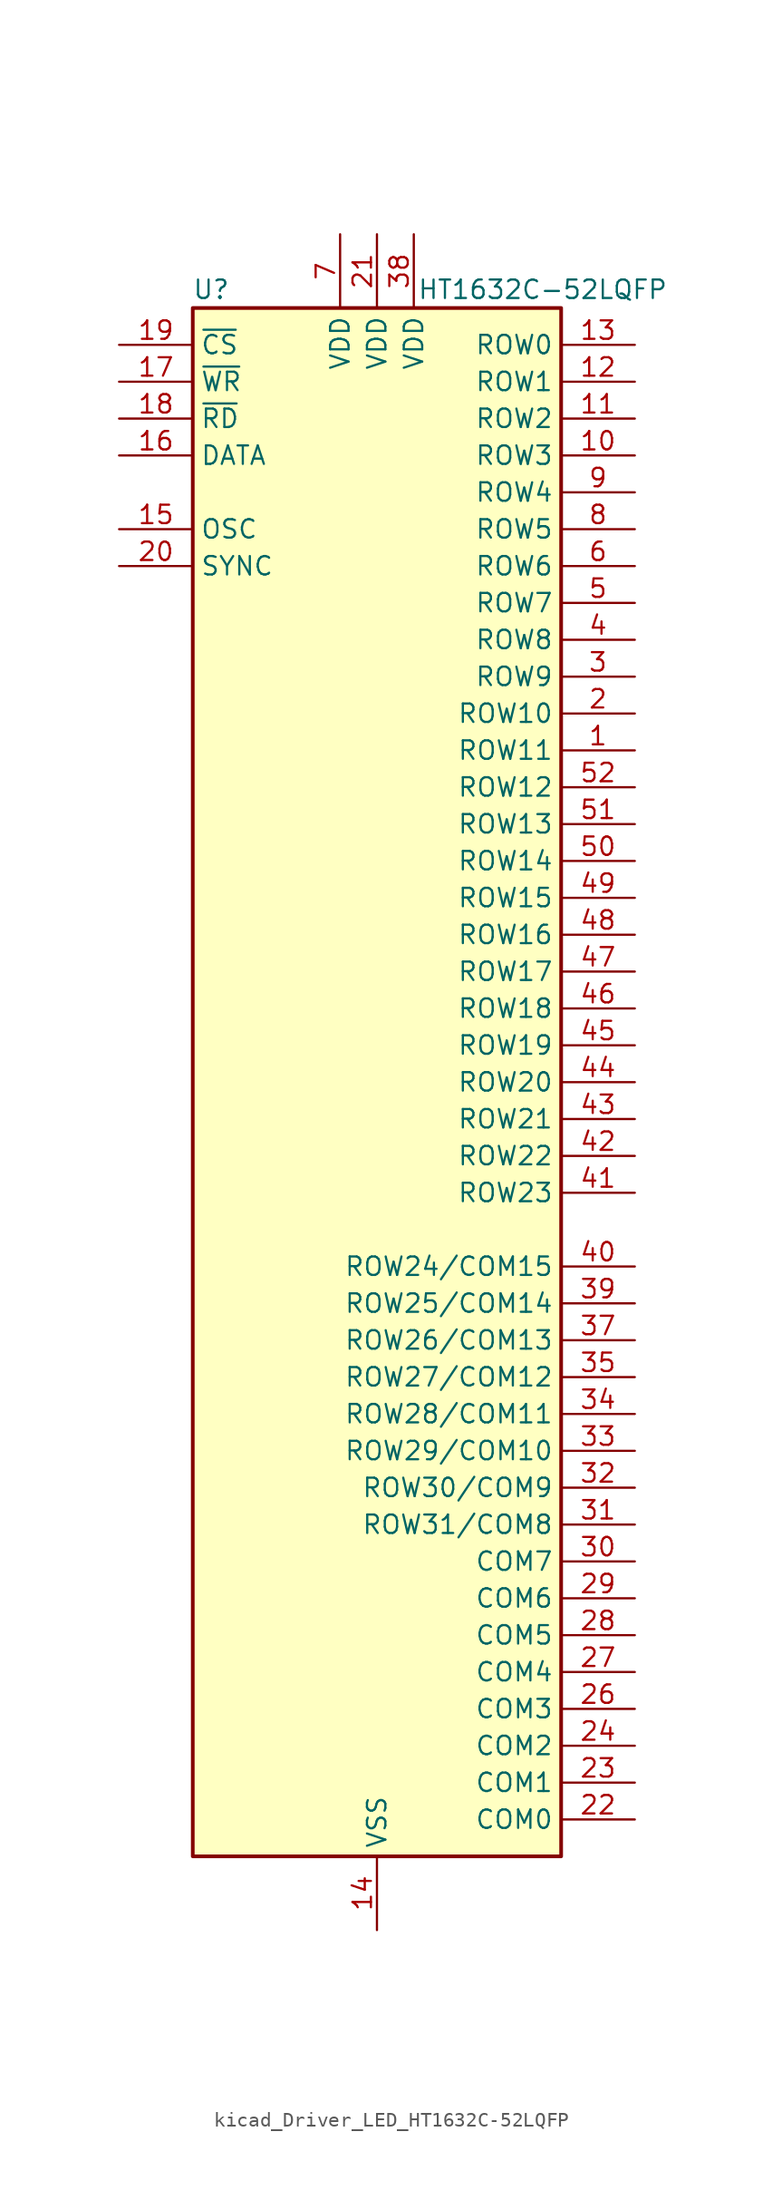
<source format=kicad_sym>
(kicad_symbol_lib
  (version 20220914)
  (generator kicad_symbol_editor)
  (symbol "kicad_Driver_LED_HT1632C-52LQFP"
    (property "Reference" "U"
      (at -11.43 54.61 0)
      (effects (font (size 1.27 1.27))))
    (property "Value" "HT1632C-52LQFP"
      (at 11.43 54.61 0)
      (effects (font (size 1.27 1.27))))
    (symbol "kicad_Driver_LED_HT1632C-52LQFP_0_1"
      (rectangle (start -12.7 53.34) (end 12.7 -53.34) (stroke (width 0.254) (type default)) (fill (type background))))
    (symbol "kicad_Driver_LED_HT1632C-52LQFP_1_1"
      (pin output line (at 17.78 22.86 180) (length 5.08) (name "ROW11" (effects (font (size 1.27 1.27)))) (number "1" (effects (font (size 1.27 1.27)))))
      (pin output line (at 17.78 43.18 180) (length 5.08) (name "ROW3" (effects (font (size 1.27 1.27)))) (number "10" (effects (font (size 1.27 1.27)))))
      (pin output line (at 17.78 45.72 180) (length 5.08) (name "ROW2" (effects (font (size 1.27 1.27)))) (number "11" (effects (font (size 1.27 1.27)))))
      (pin output line (at 17.78 48.26 180) (length 5.08) (name "ROW1" (effects (font (size 1.27 1.27)))) (number "12" (effects (font (size 1.27 1.27)))))
      (pin output line (at 17.78 50.8 180) (length 5.08) (name "ROW0" (effects (font (size 1.27 1.27)))) (number "13" (effects (font (size 1.27 1.27)))))
      (pin power_in line (at 0 -58.42 90) (length 5.08) (name "VSS" (effects (font (size 1.27 1.27)))) (number "14" (effects (font (size 1.27 1.27)))))
      (pin bidirectional line (at -17.78 38.1 0) (length 5.08) (name "OSC" (effects (font (size 1.27 1.27)))) (number "15" (effects (font (size 1.27 1.27)))))
      (pin bidirectional line (at -17.78 43.18 0) (length 5.08) (name "DATA" (effects (font (size 1.27 1.27)))) (number "16" (effects (font (size 1.27 1.27)))))
      (pin input line (at -17.78 48.26 0) (length 5.08) (name "~{WR}" (effects (font (size 1.27 1.27)))) (number "17" (effects (font (size 1.27 1.27)))))
      (pin input line (at -17.78 45.72 0) (length 5.08) (name "~{RD}" (effects (font (size 1.27 1.27)))) (number "18" (effects (font (size 1.27 1.27)))))
      (pin input line (at -17.78 50.8 0) (length 5.08) (name "~{CS}" (effects (font (size 1.27 1.27)))) (number "19" (effects (font (size 1.27 1.27)))))
      (pin output line (at 17.78 25.4 180) (length 5.08) (name "ROW10" (effects (font (size 1.27 1.27)))) (number "2" (effects (font (size 1.27 1.27)))))
      (pin bidirectional line (at -17.78 35.56 0) (length 5.08) (name "SYNC" (effects (font (size 1.27 1.27)))) (number "20" (effects (font (size 1.27 1.27)))))
      (pin power_in line (at 0 58.42 270) (length 5.08) (name "VDD" (effects (font (size 1.27 1.27)))) (number "21" (effects (font (size 1.27 1.27)))))
      (pin output line (at 17.78 -50.8 180) (length 5.08) (name "COM0" (effects (font (size 1.27 1.27)))) (number "22" (effects (font (size 1.27 1.27)))))
      (pin output line (at 17.78 -48.26 180) (length 5.08) (name "COM1" (effects (font (size 1.27 1.27)))) (number "23" (effects (font (size 1.27 1.27)))))
      (pin output line (at 17.78 -45.72 180) (length 5.08) (name "COM2" (effects (font (size 1.27 1.27)))) (number "24" (effects (font (size 1.27 1.27)))))
      (pin passive line (at 0 -58.42 90) (length 5.08) hide (name "VSS" (effects (font (size 1.27 1.27)))) (number "25" (effects (font (size 1.27 1.27)))))
      (pin output line (at 17.78 -43.18 180) (length 5.08) (name "COM3" (effects (font (size 1.27 1.27)))) (number "26" (effects (font (size 1.27 1.27)))))
      (pin output line (at 17.78 -40.64 180) (length 5.08) (name "COM4" (effects (font (size 1.27 1.27)))) (number "27" (effects (font (size 1.27 1.27)))))
      (pin output line (at 17.78 -38.1 180) (length 5.08) (name "COM5" (effects (font (size 1.27 1.27)))) (number "28" (effects (font (size 1.27 1.27)))))
      (pin output line (at 17.78 -35.56 180) (length 5.08) (name "COM6" (effects (font (size 1.27 1.27)))) (number "29" (effects (font (size 1.27 1.27)))))
      (pin output line (at 17.78 27.94 180) (length 5.08) (name "ROW9" (effects (font (size 1.27 1.27)))) (number "3" (effects (font (size 1.27 1.27)))))
      (pin output line (at 17.78 -33.02 180) (length 5.08) (name "COM7" (effects (font (size 1.27 1.27)))) (number "30" (effects (font (size 1.27 1.27)))))
      (pin output line (at 17.78 -30.48 180) (length 5.08) (name "ROW31/COM8" (effects (font (size 1.27 1.27)))) (number "31" (effects (font (size 1.27 1.27)))))
      (pin output line (at 17.78 -27.94 180) (length 5.08) (name "ROW30/COM9" (effects (font (size 1.27 1.27)))) (number "32" (effects (font (size 1.27 1.27)))))
      (pin output line (at 17.78 -25.4 180) (length 5.08) (name "ROW29/COM10" (effects (font (size 1.27 1.27)))) (number "33" (effects (font (size 1.27 1.27)))))
      (pin output line (at 17.78 -22.86 180) (length 5.08) (name "ROW28/COM11" (effects (font (size 1.27 1.27)))) (number "34" (effects (font (size 1.27 1.27)))))
      (pin output line (at 17.78 -20.32 180) (length 5.08) (name "ROW27/COM12" (effects (font (size 1.27 1.27)))) (number "35" (effects (font (size 1.27 1.27)))))
      (pin passive line (at 0 -58.42 90) (length 5.08) hide (name "VSS" (effects (font (size 1.27 1.27)))) (number "36" (effects (font (size 1.27 1.27)))))
      (pin output line (at 17.78 -17.78 180) (length 5.08) (name "ROW26/COM13" (effects (font (size 1.27 1.27)))) (number "37" (effects (font (size 1.27 1.27)))))
      (pin power_in line (at 2.54 58.42 270) (length 5.08) (name "VDD" (effects (font (size 1.27 1.27)))) (number "38" (effects (font (size 1.27 1.27)))))
      (pin output line (at 17.78 -15.24 180) (length 5.08) (name "ROW25/COM14" (effects (font (size 1.27 1.27)))) (number "39" (effects (font (size 1.27 1.27)))))
      (pin output line (at 17.78 30.48 180) (length 5.08) (name "ROW8" (effects (font (size 1.27 1.27)))) (number "4" (effects (font (size 1.27 1.27)))))
      (pin output line (at 17.78 -12.7 180) (length 5.08) (name "ROW24/COM15" (effects (font (size 1.27 1.27)))) (number "40" (effects (font (size 1.27 1.27)))))
      (pin output line (at 17.78 -7.62 180) (length 5.08) (name "ROW23" (effects (font (size 1.27 1.27)))) (number "41" (effects (font (size 1.27 1.27)))))
      (pin output line (at 17.78 -5.08 180) (length 5.08) (name "ROW22" (effects (font (size 1.27 1.27)))) (number "42" (effects (font (size 1.27 1.27)))))
      (pin output line (at 17.78 -2.54 180) (length 5.08) (name "ROW21" (effects (font (size 1.27 1.27)))) (number "43" (effects (font (size 1.27 1.27)))))
      (pin output line (at 17.78 0 180) (length 5.08) (name "ROW20" (effects (font (size 1.27 1.27)))) (number "44" (effects (font (size 1.27 1.27)))))
      (pin output line (at 17.78 2.54 180) (length 5.08) (name "ROW19" (effects (font (size 1.27 1.27)))) (number "45" (effects (font (size 1.27 1.27)))))
      (pin output line (at 17.78 5.08 180) (length 5.08) (name "ROW18" (effects (font (size 1.27 1.27)))) (number "46" (effects (font (size 1.27 1.27)))))
      (pin output line (at 17.78 7.62 180) (length 5.08) (name "ROW17" (effects (font (size 1.27 1.27)))) (number "47" (effects (font (size 1.27 1.27)))))
      (pin output line (at 17.78 10.16 180) (length 5.08) (name "ROW16" (effects (font (size 1.27 1.27)))) (number "48" (effects (font (size 1.27 1.27)))))
      (pin output line (at 17.78 12.7 180) (length 5.08) (name "ROW15" (effects (font (size 1.27 1.27)))) (number "49" (effects (font (size 1.27 1.27)))))
      (pin output line (at 17.78 33.02 180) (length 5.08) (name "ROW7" (effects (font (size 1.27 1.27)))) (number "5" (effects (font (size 1.27 1.27)))))
      (pin output line (at 17.78 15.24 180) (length 5.08) (name "ROW14" (effects (font (size 1.27 1.27)))) (number "50" (effects (font (size 1.27 1.27)))))
      (pin output line (at 17.78 17.78 180) (length 5.08) (name "ROW13" (effects (font (size 1.27 1.27)))) (number "51" (effects (font (size 1.27 1.27)))))
      (pin output line (at 17.78 20.32 180) (length 5.08) (name "ROW12" (effects (font (size 1.27 1.27)))) (number "52" (effects (font (size 1.27 1.27)))))
      (pin output line (at 17.78 35.56 180) (length 5.08) (name "ROW6" (effects (font (size 1.27 1.27)))) (number "6" (effects (font (size 1.27 1.27)))))
      (pin power_in line (at -2.54 58.42 270) (length 5.08) (name "VDD" (effects (font (size 1.27 1.27)))) (number "7" (effects (font (size 1.27 1.27)))))
      (pin output line (at 17.78 38.1 180) (length 5.08) (name "ROW5" (effects (font (size 1.27 1.27)))) (number "8" (effects (font (size 1.27 1.27)))))
      (pin output line (at 17.78 40.64 180) (length 5.08) (name "ROW4" (effects (font (size 1.27 1.27)))) (number "9" (effects (font (size 1.27 1.27))))))))
</source>
